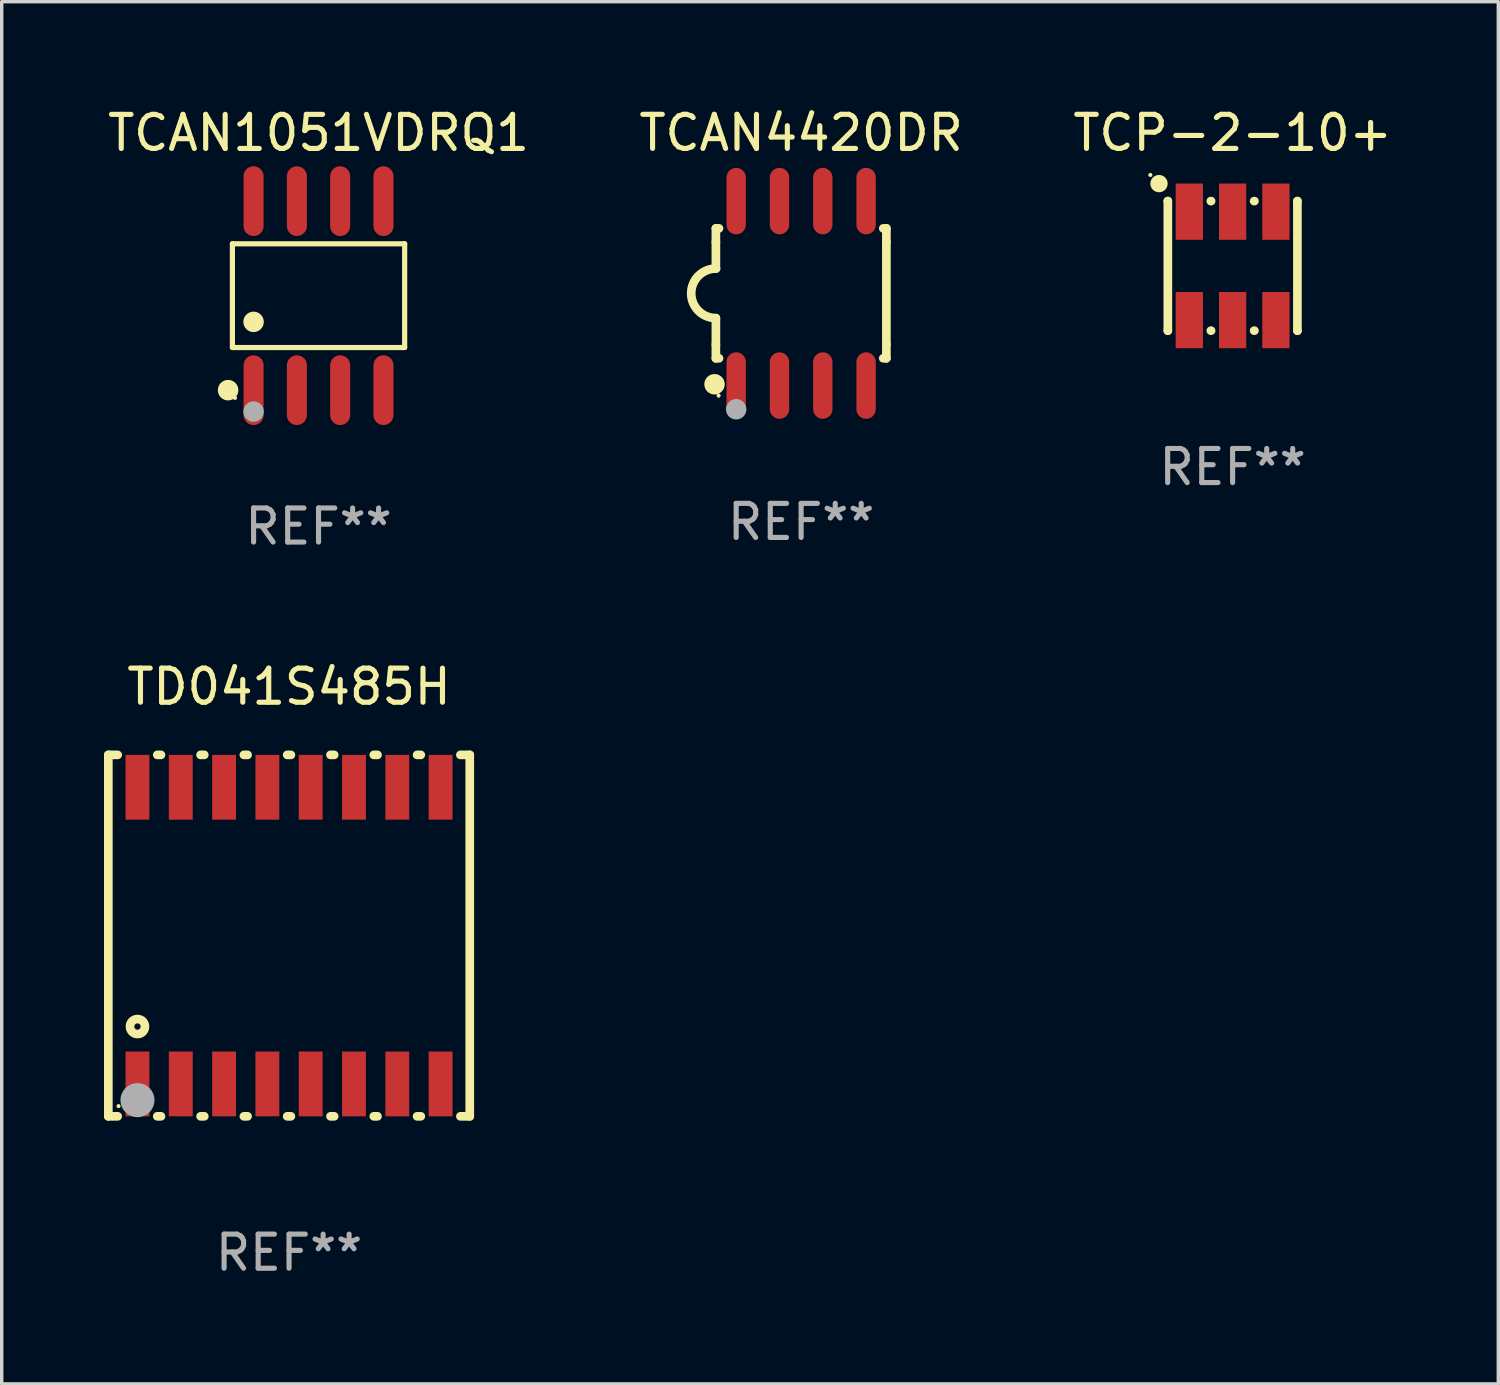
<source format=kicad_pcb>
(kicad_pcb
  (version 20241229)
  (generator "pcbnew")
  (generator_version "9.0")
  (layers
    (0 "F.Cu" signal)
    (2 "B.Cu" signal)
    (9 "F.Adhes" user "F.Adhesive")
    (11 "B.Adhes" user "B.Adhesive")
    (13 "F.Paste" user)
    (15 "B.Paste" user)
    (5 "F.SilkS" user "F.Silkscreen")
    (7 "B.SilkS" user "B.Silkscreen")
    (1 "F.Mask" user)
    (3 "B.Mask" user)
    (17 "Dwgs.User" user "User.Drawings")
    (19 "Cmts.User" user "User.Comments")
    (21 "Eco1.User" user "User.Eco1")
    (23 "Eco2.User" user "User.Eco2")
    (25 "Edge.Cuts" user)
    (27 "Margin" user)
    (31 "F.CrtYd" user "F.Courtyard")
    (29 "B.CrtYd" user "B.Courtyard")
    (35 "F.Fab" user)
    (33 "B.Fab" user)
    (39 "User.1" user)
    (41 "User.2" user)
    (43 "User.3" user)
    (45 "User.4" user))
  (footprint "TCAN1051VDRQ1"
    (layer "F.Cu")
    (at 6.292 5.621)
    (property "Reference" "TCAN1051VDRQ1" (at 0 -4.772 0) (layer "F.SilkS") (effects (font (size 1 1) (thickness 0.15))))
    (attr through_hole)
    (fp_line (start -2.526 -1.521) (end 2.526 -1.521) (stroke (width 0.152) (type solid)) (layer "F.SilkS"))
    (fp_line (start -2.526 1.521) (end -2.526 -1.521) (stroke (width 0.152) (type solid)) (layer "F.SilkS"))
    (fp_line (start 2.526 -1.521) (end 2.526 1.521) (stroke (width 0.152) (type solid)) (layer "F.SilkS"))
    (fp_line (start 2.526 1.521) (end -2.526 1.521) (stroke (width 0.152) (type solid)) (layer "F.SilkS"))
    (fp_circle (center -2.652 2.772) (end -2.501 2.772) (stroke (width 0.3) (type solid)) (fill no) (layer "F.SilkS"))
    (fp_circle (center -2.45 3) (end -2.42 3) (stroke (width 0.06) (type solid)) (fill no) (layer "F.SilkS"))
    (fp_circle (center -1.905 0.769) (end -1.755 0.769) (stroke (width 0.3) (type solid)) (fill no) (layer "F.SilkS"))
    (fp_circle (center -1.905 3.4) (end -1.755 3.4) (stroke (width 0.3) (type solid)) (fill no) (layer "F.Fab"))
    (fp_text user "REF**" (at 0 6.772 0) (layer "F.Fab") (effects (font (size 1 1) (thickness 0.15))))
    (pad "1" smd oval (at -1.905 2.772) (size 0.588 2.045) (layers "F.Cu" "F.Mask" "F.Paste"))
    (pad "2" smd oval (at -0.635 2.772) (size 0.588 2.045) (layers "F.Cu" "F.Mask" "F.Paste"))
    (pad "3" smd oval (at 0.635 2.772) (size 0.588 2.045) (layers "F.Cu" "F.Mask" "F.Paste"))
    (pad "4" smd oval (at 1.905 2.772) (size 0.588 2.045) (layers "F.Cu" "F.Mask" "F.Paste"))
    (pad "5" smd oval (at 1.905 -2.772) (size 0.588 2.045) (layers "F.Cu" "F.Mask" "F.Paste"))
    (pad "6" smd oval (at 0.635 -2.772) (size 0.588 2.045) (layers "F.Cu" "F.Mask" "F.Paste"))
    (pad "7" smd oval (at -0.635 -2.772) (size 0.588 2.045) (layers "F.Cu" "F.Mask" "F.Paste"))
    (pad "8" smd oval (at -1.905 -2.772) (size 0.588 2.045) (layers "F.Cu" "F.Mask" "F.Paste")))
  (footprint "TCP-2-10+"
    (layer "F.Cu")
    (at 33.101 4.748)
    (property "Reference" "TCP-2-10+" (at 0 -3.9 0) (layer "F.SilkS") (effects (font (size 1 1) (thickness 0.15))))
    (attr through_hole)
    (fp_line (start -1.901 -1.9) (end -1.9 -1.9) (stroke (width 0.254) (type solid)) (layer "F.SilkS"))
    (fp_line (start -1.9 -1.9) (end -1.9 1.9) (stroke (width 0.254) (type solid)) (layer "F.SilkS"))
    (fp_line (start -1.9 1.9) (end -1.901 1.9) (stroke (width 0.254) (type solid)) (layer "F.SilkS"))
    (fp_line (start -0.639 1.9) (end -0.631 1.9) (stroke (width 0.254) (type solid)) (layer "F.SilkS"))
    (fp_line (start -0.631 -1.9) (end -0.639 -1.9) (stroke (width 0.254) (type solid)) (layer "F.SilkS"))
    (fp_line (start 0.631 1.9) (end 0.639 1.9) (stroke (width 0.254) (type solid)) (layer "F.SilkS"))
    (fp_line (start 0.639 -1.9) (end 0.631 -1.9) (stroke (width 0.254) (type solid)) (layer "F.SilkS"))
    (fp_line (start 1.9 -1.9) (end 1.901 -1.9) (stroke (width 0.254) (type solid)) (layer "F.SilkS"))
    (fp_line (start 1.9 1.9) (end 1.9 -1.9) (stroke (width 0.254) (type solid)) (layer "F.SilkS"))
    (fp_line (start 1.901 1.9) (end 1.9 1.9) (stroke (width 0.254) (type solid)) (layer "F.SilkS"))
    (fp_circle (center -2.413 -2.667) (end -2.383 -2.667) (stroke (width 0.06) (type solid)) (fill no) (layer "F.SilkS"))
    (fp_circle (center -2.159 -2.413) (end -2.032 -2.413) (stroke (width 0.254) (type solid)) (fill no) (layer "F.SilkS"))
    (fp_text user "REF**" (at 0 5.9 0) (layer "F.Fab") (effects (font (size 1 1) (thickness 0.15))))
    (pad "1" smd rect (at -1.27 -1.59) (size 0.8 1.65) (layers "F.Cu" "F.Mask" "F.Paste"))
    (pad "2" smd rect (at 0 -1.59) (size 0.8 1.65) (layers "F.Cu" "F.Mask" "F.Paste"))
    (pad "3" smd rect (at 1.27 -1.59) (size 0.8 1.65) (layers "F.Cu" "F.Mask" "F.Paste"))
    (pad "4" smd rect (at 1.27 1.59) (size 0.8 1.65) (layers "F.Cu" "F.Mask" "F.Paste"))
    (pad "5" smd rect (at 0 1.59) (size 0.8 1.65) (layers "F.Cu" "F.Mask" "F.Paste"))
    (pad "6" smd rect (at -1.27 1.59) (size 0.8 1.65) (layers "F.Cu" "F.Mask" "F.Paste")))
  (footprint "TD041S485H"
    (layer "F.Cu")
    (at 5.427 24.39)
    (property "Reference" "TD041S485H" (at 0 -7.3 0) (layer "F.SilkS") (effects (font (size 1 1) (thickness 0.15))))
    (attr through_hole)
    (fp_line (start -5.3 -5.3) (end -5.3 5.3) (stroke (width 0.254) (type solid)) (layer "F.SilkS"))
    (fp_line (start -5.3 5.3) (end -5.026 5.3) (stroke (width 0.254) (type solid)) (layer "F.SilkS"))
    (fp_line (start -5.026 -5.3) (end -5.3 -5.3) (stroke (width 0.254) (type solid)) (layer "F.SilkS"))
    (fp_line (start -3.864 5.3) (end -3.756 5.3) (stroke (width 0.254) (type solid)) (layer "F.SilkS"))
    (fp_line (start -3.756 -5.3) (end -3.864 -5.3) (stroke (width 0.254) (type solid)) (layer "F.SilkS"))
    (fp_line (start -2.594 5.3) (end -2.486 5.3) (stroke (width 0.254) (type solid)) (layer "F.SilkS"))
    (fp_line (start -2.486 -5.3) (end -2.594 -5.3) (stroke (width 0.254) (type solid)) (layer "F.SilkS"))
    (fp_line (start -1.324 5.3) (end -1.216 5.3) (stroke (width 0.254) (type solid)) (layer "F.SilkS"))
    (fp_line (start -1.216 -5.3) (end -1.324 -5.3) (stroke (width 0.254) (type solid)) (layer "F.SilkS"))
    (fp_line (start -0.054 5.3) (end 0.054 5.3) (stroke (width 0.254) (type solid)) (layer "F.SilkS"))
    (fp_line (start 0.054 -5.3) (end -0.054 -5.3) (stroke (width 0.254) (type solid)) (layer "F.SilkS"))
    (fp_line (start 1.216 5.3) (end 1.324 5.3) (stroke (width 0.254) (type solid)) (layer "F.SilkS"))
    (fp_line (start 1.324 -5.3) (end 1.216 -5.3) (stroke (width 0.254) (type solid)) (layer "F.SilkS"))
    (fp_line (start 2.486 5.3) (end 2.594 5.3) (stroke (width 0.254) (type solid)) (layer "F.SilkS"))
    (fp_line (start 2.594 -5.3) (end 2.486 -5.3) (stroke (width 0.254) (type solid)) (layer "F.SilkS"))
    (fp_line (start 3.756 5.3) (end 3.864 5.3) (stroke (width 0.254) (type solid)) (layer "F.SilkS"))
    (fp_line (start 3.864 -5.3) (end 3.756 -5.3) (stroke (width 0.254) (type solid)) (layer "F.SilkS"))
    (fp_line (start 5.026 5.3) (end 5.3 5.3) (stroke (width 0.254) (type solid)) (layer "F.SilkS"))
    (fp_line (start 5.3 -5.3) (end 5.026 -5.3) (stroke (width 0.254) (type solid)) (layer "F.SilkS"))
    (fp_line (start 5.3 5.3) (end 5.3 -5.3) (stroke (width 0.254) (type solid)) (layer "F.SilkS"))
    (fp_circle (center -5 5) (end -4.97 5) (stroke (width 0.06) (type solid)) (fill no) (layer "F.SilkS"))
    (fp_circle (center -4.445 2.667) (end -4.225 2.667) (stroke (width 0.254) (type solid)) (fill no) (layer "F.SilkS"))
    (fp_circle (center -4.445 4.826) (end -4.195 4.826) (stroke (width 0.5) (type solid)) (fill no) (layer "F.Fab"))
    (fp_text user "REF**" (at 0 9.3 0) (layer "F.Fab") (effects (font (size 1 1) (thickness 0.15))))
    (pad "1" smd rect (at -4.445 4.35) (size 0.7 1.9) (layers "F.Cu" "F.Mask" "F.Paste"))
    (pad "2" smd rect (at -3.175 4.35) (size 0.7 1.9) (layers "F.Cu" "F.Mask" "F.Paste"))
    (pad "3" smd rect (at -1.905 4.35) (size 0.7 1.9) (layers "F.Cu" "F.Mask" "F.Paste"))
    (pad "4" smd rect (at -0.635 4.35) (size 0.7 1.9) (layers "F.Cu" "F.Mask" "F.Paste"))
    (pad "5" smd rect (at 0.635 4.35) (size 0.7 1.9) (layers "F.Cu" "F.Mask" "F.Paste"))
    (pad "6" smd rect (at 1.905 4.35) (size 0.7 1.9) (layers "F.Cu" "F.Mask" "F.Paste"))
    (pad "7" smd rect (at 3.175 4.35) (size 0.7 1.9) (layers "F.Cu" "F.Mask" "F.Paste"))
    (pad "8" smd rect (at 4.445 4.35) (size 0.7 1.9) (layers "F.Cu" "F.Mask" "F.Paste"))
    (pad "9" smd rect (at 4.445 -4.35) (size 0.7 1.9) (layers "F.Cu" "F.Mask" "F.Paste"))
    (pad "10" smd rect (at 3.175 -4.35) (size 0.7 1.9) (layers "F.Cu" "F.Mask" "F.Paste"))
    (pad "11" smd rect (at 1.905 -4.35) (size 0.7 1.9) (layers "F.Cu" "F.Mask" "F.Paste"))
    (pad "12" smd rect (at 0.635 -4.35) (size 0.7 1.9) (layers "F.Cu" "F.Mask" "F.Paste"))
    (pad "13" smd rect (at -0.635 -4.35) (size 0.7 1.9) (layers "F.Cu" "F.Mask" "F.Paste"))
    (pad "14" smd rect (at -1.905 -4.35) (size 0.7 1.9) (layers "F.Cu" "F.Mask" "F.Paste"))
    (pad "15" smd rect (at -3.175 -4.35) (size 0.7 1.9) (layers "F.Cu" "F.Mask" "F.Paste"))
    (pad "16" smd rect (at -4.445 -4.35) (size 0.7 1.9) (layers "F.Cu" "F.Mask" "F.Paste")))
  (footprint "TCAN4420DR"
    (layer "F.Cu")
    (at 20.446 5.553)
    (property "Reference" "TCAN4420DR" (at 0 -4.705 0) (layer "F.SilkS") (effects (font (size 1 1) (thickness 0.15))))
    (attr through_hole)
    (fp_line (start -2.5 -1.905) (end -2.409 -1.905) (stroke (width 0.254) (type solid)) (layer "F.SilkS"))
    (fp_line (start -2.5 -1.5) (end -2.5 -1.905) (stroke (width 0.254) (type solid)) (layer "F.SilkS"))
    (fp_line (start -2.5 -1.5) (end -2.5 -0.726) (stroke (width 0.254) (type solid)) (layer "F.SilkS"))
    (fp_line (start -2.5 1.5) (end -2.5 0.727) (stroke (width 0.254) (type solid)) (layer "F.SilkS"))
    (fp_line (start -2.5 1.5) (end -2.5 1.905) (stroke (width 0.254) (type solid)) (layer "F.SilkS"))
    (fp_line (start -2.5 1.905) (end -2.409 1.905) (stroke (width 0.254) (type solid)) (layer "F.SilkS"))
    (fp_line (start 2.5 -1.905) (end 2.409 -1.905) (stroke (width 0.254) (type solid)) (layer "F.SilkS"))
    (fp_line (start 2.5 -1.5) (end 2.5 -1.905) (stroke (width 0.254) (type solid)) (layer "F.SilkS"))
    (fp_line (start 2.5 -1.5) (end 2.5 1.5) (stroke (width 0.254) (type solid)) (layer "F.SilkS"))
    (fp_line (start 2.5 1.5) (end 2.5 1.905) (stroke (width 0.254) (type solid)) (layer "F.SilkS"))
    (fp_line (start 2.5 1.905) (end 2.409 1.905) (stroke (width 0.254) (type solid)) (layer "F.SilkS"))
    (fp_arc (start -2.5 0.726568) (mid -3.220316 -0.0023) (end -2.495097 -0.726289) (stroke (width 0.254001) (type solid)) (layer "F.SilkS"))
    (fp_circle (center -2.54 2.667) (end -2.39 2.667) (stroke (width 0.3) (type solid)) (fill no) (layer "F.SilkS"))
    (fp_circle (center -2.42 3) (end -2.39 3) (stroke (width 0.06) (type solid)) (fill no) (layer "F.SilkS"))
    (fp_circle (center -1.905 3.4) (end -1.755 3.4) (stroke (width 0.3) (type solid)) (fill no) (layer "F.Fab"))
    (fp_text user "REF**" (at 0 6.705 0) (layer "F.Fab") (effects (font (size 1 1) (thickness 0.15))))
    (pad "1" smd oval (at -1.905 2.705) (size 0.568 1.95) (layers "F.Cu" "F.Mask" "F.Paste"))
    (pad "2" smd oval (at -0.635 2.705) (size 0.568 1.95) (layers "F.Cu" "F.Mask" "F.Paste"))
    (pad "3" smd oval (at 0.635 2.705) (size 0.568 1.95) (layers "F.Cu" "F.Mask" "F.Paste"))
    (pad "4" smd oval (at 1.905 2.705) (size 0.568 1.95) (layers "F.Cu" "F.Mask" "F.Paste"))
    (pad "5" smd oval (at 1.905 -2.705) (size 0.568 1.95) (layers "F.Cu" "F.Mask" "F.Paste"))
    (pad "6" smd oval (at 0.635 -2.705) (size 0.568 1.95) (layers "F.Cu" "F.Mask" "F.Paste"))
    (pad "7" smd oval (at -0.635 -2.705) (size 0.568 1.95) (layers "F.Cu" "F.Mask" "F.Paste"))
    (pad "8" smd oval (at -1.905 -2.705) (size 0.568 1.95) (layers "F.Cu" "F.Mask" "F.Paste")))
  (gr_rect
    (start -3 -3)
    (end 40.893 37.538)
    (stroke (width 0.1) (type default))
    (fill no)
    (layer "Edge.Cuts")))
</source>
